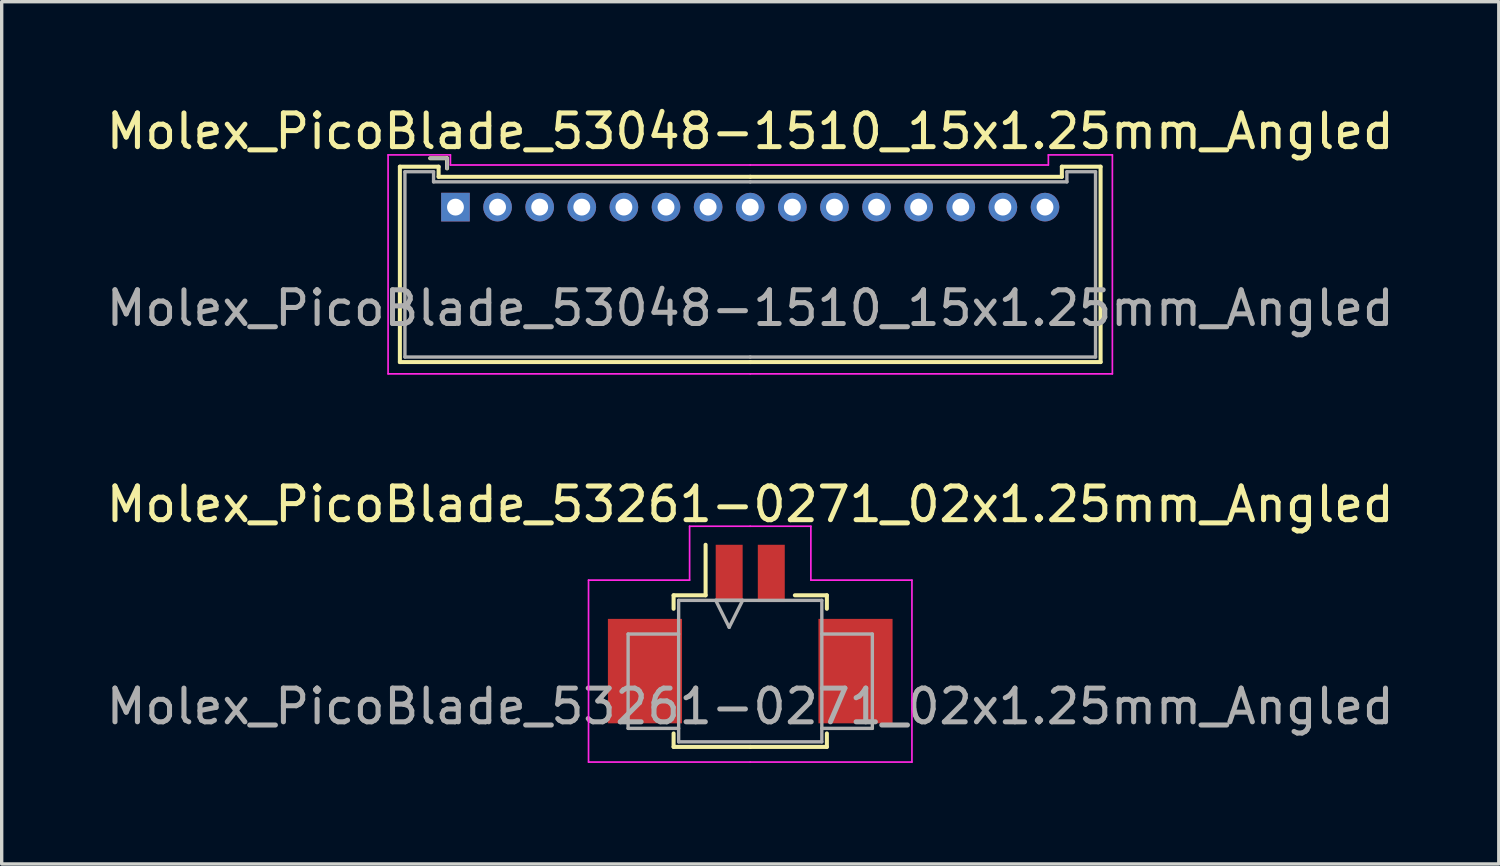
<source format=kicad_pcb>
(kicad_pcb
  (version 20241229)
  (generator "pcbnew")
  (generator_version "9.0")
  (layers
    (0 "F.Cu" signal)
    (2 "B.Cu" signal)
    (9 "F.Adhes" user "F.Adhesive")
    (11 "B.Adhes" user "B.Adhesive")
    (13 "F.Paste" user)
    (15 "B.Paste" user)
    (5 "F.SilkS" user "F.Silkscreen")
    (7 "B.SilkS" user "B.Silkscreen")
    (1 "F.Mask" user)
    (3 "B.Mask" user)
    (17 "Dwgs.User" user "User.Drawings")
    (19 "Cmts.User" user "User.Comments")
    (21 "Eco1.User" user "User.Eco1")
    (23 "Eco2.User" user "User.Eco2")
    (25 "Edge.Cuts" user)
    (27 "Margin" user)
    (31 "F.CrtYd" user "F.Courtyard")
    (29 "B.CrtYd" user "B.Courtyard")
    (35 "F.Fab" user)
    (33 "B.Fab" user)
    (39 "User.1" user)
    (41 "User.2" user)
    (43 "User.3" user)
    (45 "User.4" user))
  (footprint "Molex_PicoBlade_53261-0271_02x1.25mm_Angled"
    (layer "F.Cu")
    (at 19.22 15.421)
    (property "Reference" "Molex_PicoBlade_53261-0271_02x1.25mm_Angled" (at 0 -3.5 0) (layer "F.SilkS") (effects (font (size 1 1) (thickness 0.15))))
    (attr smd)
    (fp_line (start -2.275 -0.8) (end -2.275 -0.4) (stroke (width 0.12) (type solid)) (layer "F.SilkS"))
    (fp_line (start -2.275 3.3) (end -2.275 3.7) (stroke (width 0.12) (type solid)) (layer "F.SilkS"))
    (fp_line (start -2.275 3.7) (end 0 3.7) (stroke (width 0.12) (type solid)) (layer "F.SilkS"))
    (fp_line (start -1.325 -0.8) (end -2.275 -0.8) (stroke (width 0.12) (type solid)) (layer "F.SilkS"))
    (fp_line (start -1.325 -0.8) (end -1.325 -2.3) (stroke (width 0.12) (type solid)) (layer "F.SilkS"))
    (fp_line (start 1.325 -0.8) (end 2.275 -0.8) (stroke (width 0.12) (type solid)) (layer "F.SilkS"))
    (fp_line (start 2.275 -0.8) (end 2.275 -0.4) (stroke (width 0.12) (type solid)) (layer "F.SilkS"))
    (fp_line (start 2.275 3.3) (end 2.275 3.7) (stroke (width 0.12) (type solid)) (layer "F.SilkS"))
    (fp_line (start 2.275 3.7) (end 0 3.7) (stroke (width 0.12) (type solid)) (layer "F.SilkS"))
    (fp_line (start -4.8 -1.25) (end -4.8 4.15) (stroke (width 0.05) (type solid)) (layer "F.CrtYd"))
    (fp_line (start -4.8 4.15) (end 0 4.15) (stroke (width 0.05) (type solid)) (layer "F.CrtYd"))
    (fp_line (start -1.8 -2.85) (end -1.8 -1.25) (stroke (width 0.05) (type solid)) (layer "F.CrtYd"))
    (fp_line (start -1.8 -1.25) (end -4.8 -1.25) (stroke (width 0.05) (type solid)) (layer "F.CrtYd"))
    (fp_line (start 0 -2.85) (end -1.8 -2.85) (stroke (width 0.05) (type solid)) (layer "F.CrtYd"))
    (fp_line (start 0 -2.85) (end 1.8 -2.85) (stroke (width 0.05) (type solid)) (layer "F.CrtYd"))
    (fp_line (start 1.8 -2.85) (end 1.8 -1.25) (stroke (width 0.05) (type solid)) (layer "F.CrtYd"))
    (fp_line (start 1.8 -1.25) (end 4.8 -1.25) (stroke (width 0.05) (type solid)) (layer "F.CrtYd"))
    (fp_line (start 4.8 -1.25) (end 4.8 4.15) (stroke (width 0.05) (type solid)) (layer "F.CrtYd"))
    (fp_line (start 4.8 4.15) (end 0 4.15) (stroke (width 0.05) (type solid)) (layer "F.CrtYd"))
    (fp_line (start -3.625 0.35) (end -3.625 3.15) (stroke (width 0.1) (type solid)) (layer "F.Fab"))
    (fp_line (start -3.625 3.15) (end -2.125 3.15) (stroke (width 0.1) (type solid)) (layer "F.Fab"))
    (fp_line (start -2.125 -0.65) (end 2.125 -0.65) (stroke (width 0.1) (type solid)) (layer "F.Fab"))
    (fp_line (start -2.125 0.35) (end -3.625 0.35) (stroke (width 0.1) (type solid)) (layer "F.Fab"))
    (fp_line (start -2.125 3.55) (end -2.125 -0.65) (stroke (width 0.1) (type solid)) (layer "F.Fab"))
    (fp_line (start -1.025 -0.65) (end -0.625 0.15) (stroke (width 0.1) (type solid)) (layer "F.Fab"))
    (fp_line (start -0.625 0.15) (end -0.225 -0.65) (stroke (width 0.1) (type solid)) (layer "F.Fab"))
    (fp_line (start -0.225 -0.65) (end -1.025 -0.65) (stroke (width 0.1) (type solid)) (layer "F.Fab"))
    (fp_line (start 2.125 -0.65) (end 2.125 3.55) (stroke (width 0.1) (type solid)) (layer "F.Fab"))
    (fp_line (start 2.125 0.35) (end 3.625 0.35) (stroke (width 0.1) (type solid)) (layer "F.Fab"))
    (fp_line (start 2.125 3.55) (end -2.125 3.55) (stroke (width 0.1) (type solid)) (layer "F.Fab"))
    (fp_line (start 3.625 0.35) (end 3.625 3.15) (stroke (width 0.1) (type solid)) (layer "F.Fab"))
    (fp_line (start 3.625 3.15) (end 2.125 3.15) (stroke (width 0.1) (type solid)) (layer "F.Fab"))
    (fp_text user "${REFERENCE}" (at 0 2.5 0) (layer "F.Fab") (effects (font (size 1 1) (thickness 0.15))))
    (pad "" smd rect (at -3.125 1.45) (size 2.2 3.1) (layers "F.Cu" "F.Mask" "F.Paste"))
    (pad "" smd rect (at 3.125 1.45) (size 2.2 3.1) (layers "F.Cu" "F.Mask" "F.Paste"))
    (pad "1" smd rect (at -0.625 -1.45) (size 0.8 1.7) (layers "F.Cu" "F.Mask" "F.Paste"))
    (pad "2" smd rect (at 0.625 -1.45) (size 0.8 1.7) (layers "F.Cu" "F.Mask" "F.Paste")))
  (footprint "Molex_PicoBlade_53048-1510_15x1.25mm_Angled"
    (layer "F.Cu")
    (at 10.47 3.098)
    (property "Reference" "Molex_PicoBlade_53048-1510_15x1.25mm_Angled" (at 8.75 -2.25 0) (layer "F.SilkS") (effects (font (size 1 1) (thickness 0.15))))
    (attr through_hole)
    (fp_line (start -1.65 -1.2) (end -1.65 4.6) (stroke (width 0.12) (type solid)) (layer "F.SilkS"))
    (fp_line (start -1.65 4.6) (end 8.75 4.6) (stroke (width 0.12) (type solid)) (layer "F.SilkS"))
    (fp_line (start -0.5 -1.2) (end -1.65 -1.2) (stroke (width 0.12) (type solid)) (layer "F.SilkS"))
    (fp_line (start -0.5 -0.9) (end -0.5 -1.2) (stroke (width 0.12) (type solid)) (layer "F.SilkS"))
    (fp_line (start -0.25 -1.45) (end -0.75 -1.45) (stroke (width 0.12) (type solid)) (layer "F.SilkS"))
    (fp_line (start -0.25 -1.15) (end -0.25 -1.45) (stroke (width 0.12) (type solid)) (layer "F.SilkS"))
    (fp_line (start 8.75 -0.9) (end -0.5 -0.9) (stroke (width 0.12) (type solid)) (layer "F.SilkS"))
    (fp_line (start 8.75 -0.9) (end 18 -0.9) (stroke (width 0.12) (type solid)) (layer "F.SilkS"))
    (fp_line (start 18 -1.2) (end 19.15 -1.2) (stroke (width 0.12) (type solid)) (layer "F.SilkS"))
    (fp_line (start 18 -0.9) (end 18 -1.2) (stroke (width 0.12) (type solid)) (layer "F.SilkS"))
    (fp_line (start 19.15 -1.2) (end 19.15 4.6) (stroke (width 0.12) (type solid)) (layer "F.SilkS"))
    (fp_line (start 19.15 4.6) (end 8.75 4.6) (stroke (width 0.12) (type solid)) (layer "F.SilkS"))
    (fp_line (start -2 -1.55) (end -2 4.95) (stroke (width 0.05) (type solid)) (layer "F.CrtYd"))
    (fp_line (start -2 4.95) (end 8.75 4.95) (stroke (width 0.05) (type solid)) (layer "F.CrtYd"))
    (fp_line (start -0.15 -1.55) (end -2 -1.55) (stroke (width 0.05) (type solid)) (layer "F.CrtYd"))
    (fp_line (start -0.15 -1.25) (end -0.15 -1.55) (stroke (width 0.05) (type solid)) (layer "F.CrtYd"))
    (fp_line (start 8.75 -1.25) (end -0.15 -1.25) (stroke (width 0.05) (type solid)) (layer "F.CrtYd"))
    (fp_line (start 8.75 -1.25) (end 17.6 -1.25) (stroke (width 0.05) (type solid)) (layer "F.CrtYd"))
    (fp_line (start 17.6 -1.55) (end 19.5 -1.55) (stroke (width 0.05) (type solid)) (layer "F.CrtYd"))
    (fp_line (start 17.6 -1.25) (end 17.6 -1.55) (stroke (width 0.05) (type solid)) (layer "F.CrtYd"))
    (fp_line (start 19.5 -1.55) (end 19.5 4.95) (stroke (width 0.05) (type solid)) (layer "F.CrtYd"))
    (fp_line (start 19.5 4.95) (end 8.75 4.95) (stroke (width 0.05) (type solid)) (layer "F.CrtYd"))
    (fp_line (start -1.5 -1.05) (end -1.5 4.45) (stroke (width 0.1) (type solid)) (layer "F.Fab"))
    (fp_line (start -1.5 4.45) (end 8.75 4.45) (stroke (width 0.1) (type solid)) (layer "F.Fab"))
    (fp_line (start -0.65 -1.05) (end -1.5 -1.05) (stroke (width 0.1) (type solid)) (layer "F.Fab"))
    (fp_line (start -0.65 -0.75) (end -0.65 -1.05) (stroke (width 0.1) (type solid)) (layer "F.Fab"))
    (fp_line (start -0.25 -1.45) (end -0.75 -1.45) (stroke (width 0.1) (type solid)) (layer "F.Fab"))
    (fp_line (start -0.25 -1.15) (end -0.25 -1.45) (stroke (width 0.1) (type solid)) (layer "F.Fab"))
    (fp_line (start 8.75 -0.75) (end -0.65 -0.75) (stroke (width 0.1) (type solid)) (layer "F.Fab"))
    (fp_line (start 8.75 -0.75) (end 18.15 -0.75) (stroke (width 0.1) (type solid)) (layer "F.Fab"))
    (fp_line (start 18.15 -1.05) (end 19 -1.05) (stroke (width 0.1) (type solid)) (layer "F.Fab"))
    (fp_line (start 18.15 -0.75) (end 18.15 -1.05) (stroke (width 0.1) (type solid)) (layer "F.Fab"))
    (fp_line (start 19 -1.05) (end 19 4.45) (stroke (width 0.1) (type solid)) (layer "F.Fab"))
    (fp_line (start 19 4.45) (end 8.75 4.45) (stroke (width 0.1) (type solid)) (layer "F.Fab"))
    (fp_text user "${REFERENCE}" (at 8.75 3 0) (layer "F.Fab") (effects (font (size 1 1) (thickness 0.15))))
    (pad "1" thru_hole rect (at 0 0) (size 0.85 0.85) (drill 0.5) (layers "*.Cu" "*.Mask"))
    (pad "2" thru_hole circle (at 1.25 0) (size 0.85 0.85) (drill 0.5) (layers "*.Cu" "*.Mask"))
    (pad "3" thru_hole circle (at 2.5 0) (size 0.85 0.85) (drill 0.5) (layers "*.Cu" "*.Mask"))
    (pad "4" thru_hole circle (at 3.75 0) (size 0.85 0.85) (drill 0.5) (layers "*.Cu" "*.Mask"))
    (pad "5" thru_hole circle (at 5 0) (size 0.85 0.85) (drill 0.5) (layers "*.Cu" "*.Mask"))
    (pad "6" thru_hole circle (at 6.25 0) (size 0.85 0.85) (drill 0.5) (layers "*.Cu" "*.Mask"))
    (pad "7" thru_hole circle (at 7.5 0) (size 0.85 0.85) (drill 0.5) (layers "*.Cu" "*.Mask"))
    (pad "8" thru_hole circle (at 8.75 0) (size 0.85 0.85) (drill 0.5) (layers "*.Cu" "*.Mask"))
    (pad "9" thru_hole circle (at 10 0) (size 0.85 0.85) (drill 0.5) (layers "*.Cu" "*.Mask"))
    (pad "10" thru_hole circle (at 11.25 0) (size 0.85 0.85) (drill 0.5) (layers "*.Cu" "*.Mask"))
    (pad "11" thru_hole circle (at 12.5 0) (size 0.85 0.85) (drill 0.5) (layers "*.Cu" "*.Mask"))
    (pad "12" thru_hole circle (at 13.75 0) (size 0.85 0.85) (drill 0.5) (layers "*.Cu" "*.Mask"))
    (pad "13" thru_hole circle (at 15 0) (size 0.85 0.85) (drill 0.5) (layers "*.Cu" "*.Mask"))
    (pad "14" thru_hole circle (at 16.25 0) (size 0.85 0.85) (drill 0.5) (layers "*.Cu" "*.Mask"))
    (pad "15" thru_hole circle (at 17.5 0) (size 0.85 0.85) (drill 0.5) (layers "*.Cu" "*.Mask")))
  (gr_rect
    (start -3 -3)
    (end 41.44 22.596)
    (stroke (width 0.1) (type default))
    (fill no)
    (layer "Edge.Cuts")))
</source>
